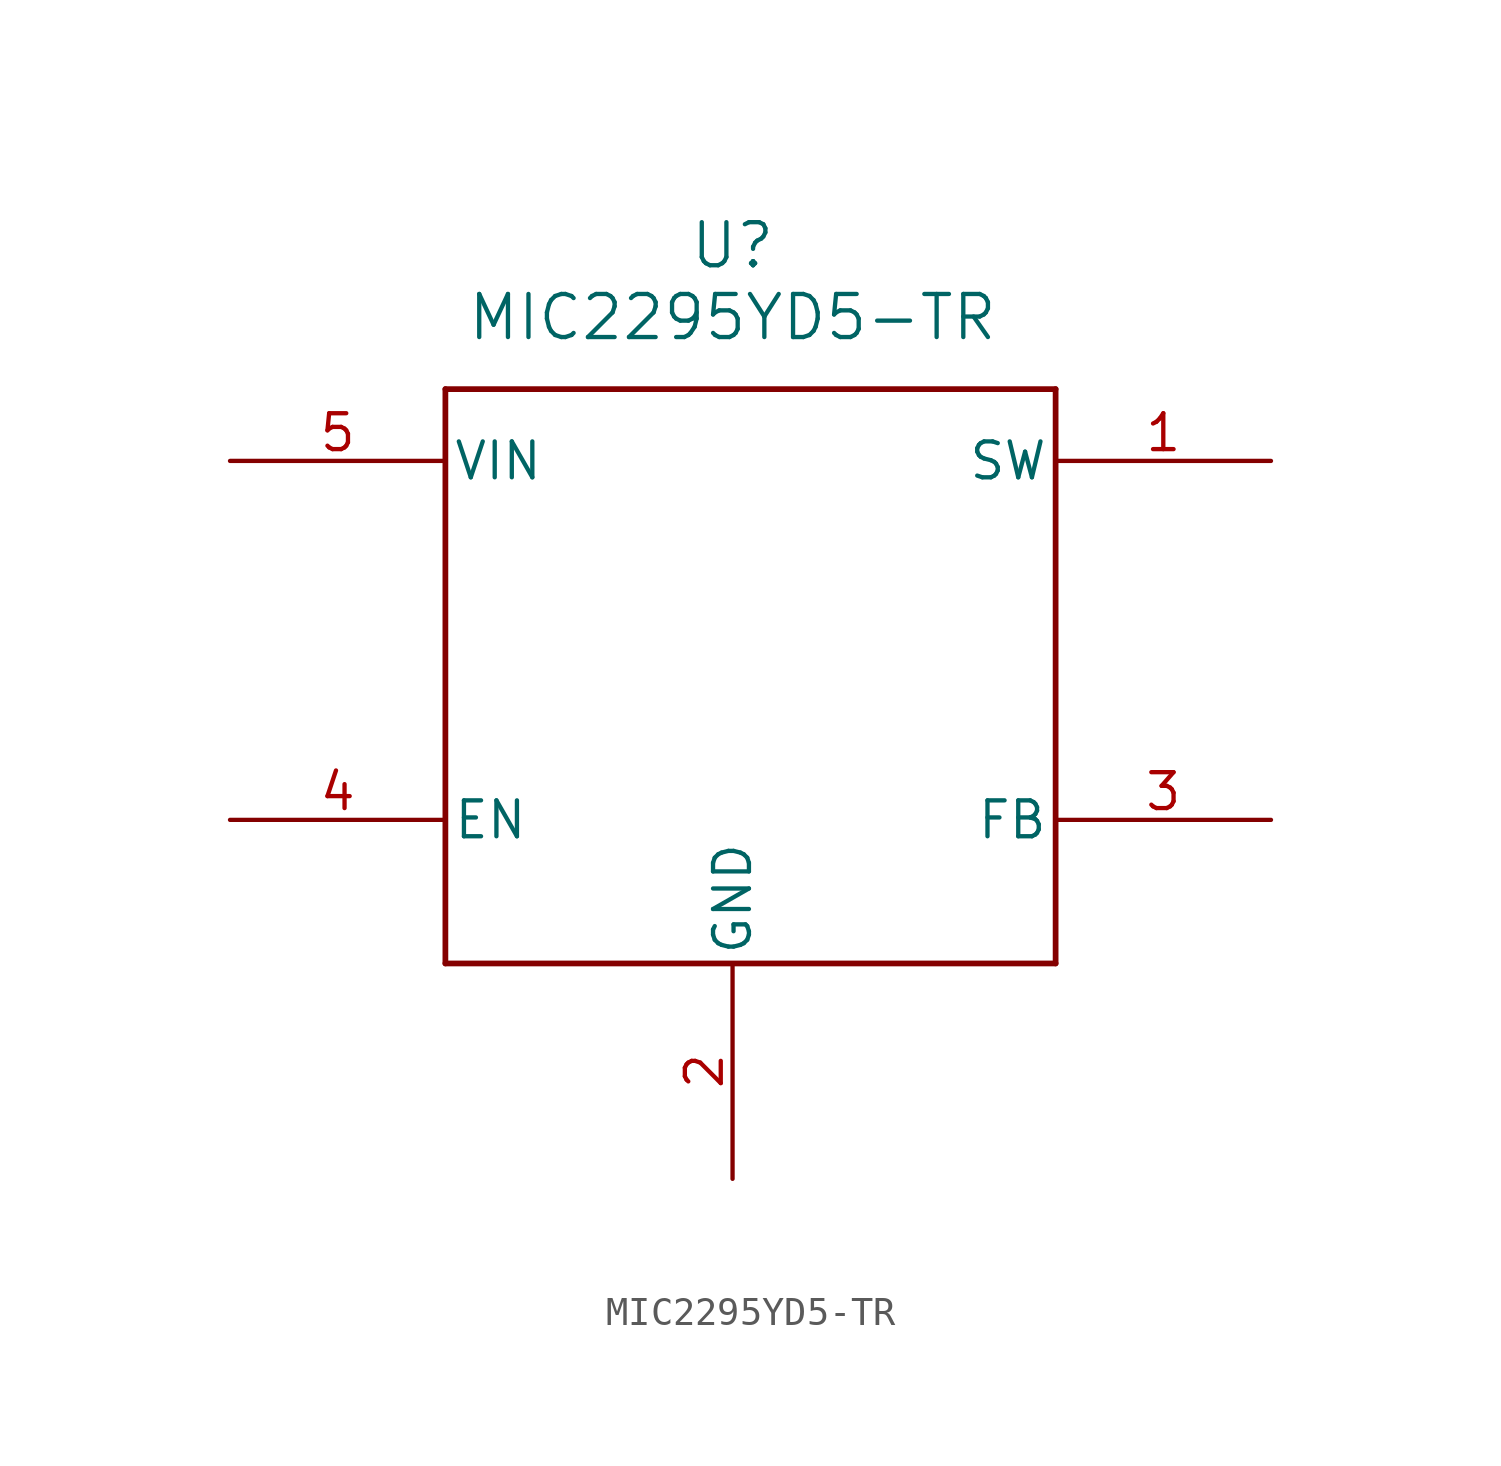
<source format=kicad_sym>
(kicad_symbol_lib
  (version 20241209)
  (generator "kicad_symbol_editor")
  (generator_version "9.0")
  (symbol "MIC2295YD5-TR"
    (pin_names
      (offset 0.254))
    (property "Reference" "U"
      (at 25.4 10.16 0)
      (effects (font (size 1.524 1.524))))
    (property "Value" "MIC2295YD5-TR"
      (at 25.4 7.62 0)
      (effects (font (size 1.524 1.524))))
    (property "ki_locked" ""
      (at 0 0 0)
      (effects (font (size 1.27 1.27))))
    (symbol "MIC2295YD5-TR_0_1"
      (polyline (pts (xy 15.24 5.08) (xy 15.24 -15.24)) (stroke (width 0.203) (type default)) (fill (type none)))
      (polyline (pts (xy 15.24 -15.24) (xy 36.83 -15.24)) (stroke (width 0.203) (type default)) (fill (type none)))
      (polyline (pts (xy 36.83 5.08) (xy 15.24 5.08)) (stroke (width 0.203) (type default)) (fill (type none)))
      (polyline (pts (xy 36.83 -15.24) (xy 36.83 5.08)) (stroke (width 0.203) (type default)) (fill (type none)))
      (pin input line (at 7.62 2.54 0) (length 7.62) (name "VIN" (effects (font (size 1.27 1.27)))) (number "5" (effects (font (size 1.27 1.27)))))
      (pin input line (at 7.62 -10.16 0) (length 7.62) (name "EN" (effects (font (size 1.27 1.27)))) (number "4" (effects (font (size 1.27 1.27)))))
      (pin power_in line (at 25.4 -22.86 90) (length 7.62) (name "GND" (effects (font (size 1.27 1.27)))) (number "2" (effects (font (size 1.27 1.27)))))
      (pin input line (at 44.45 2.54 180) (length 7.62) (name "SW" (effects (font (size 1.27 1.27)))) (number "1" (effects (font (size 1.27 1.27)))))
      (pin input line (at 44.45 -10.16 180) (length 7.62) (name "FB" (effects (font (size 1.27 1.27)))) (number "3" (effects (font (size 1.27 1.27))))))))
</source>
